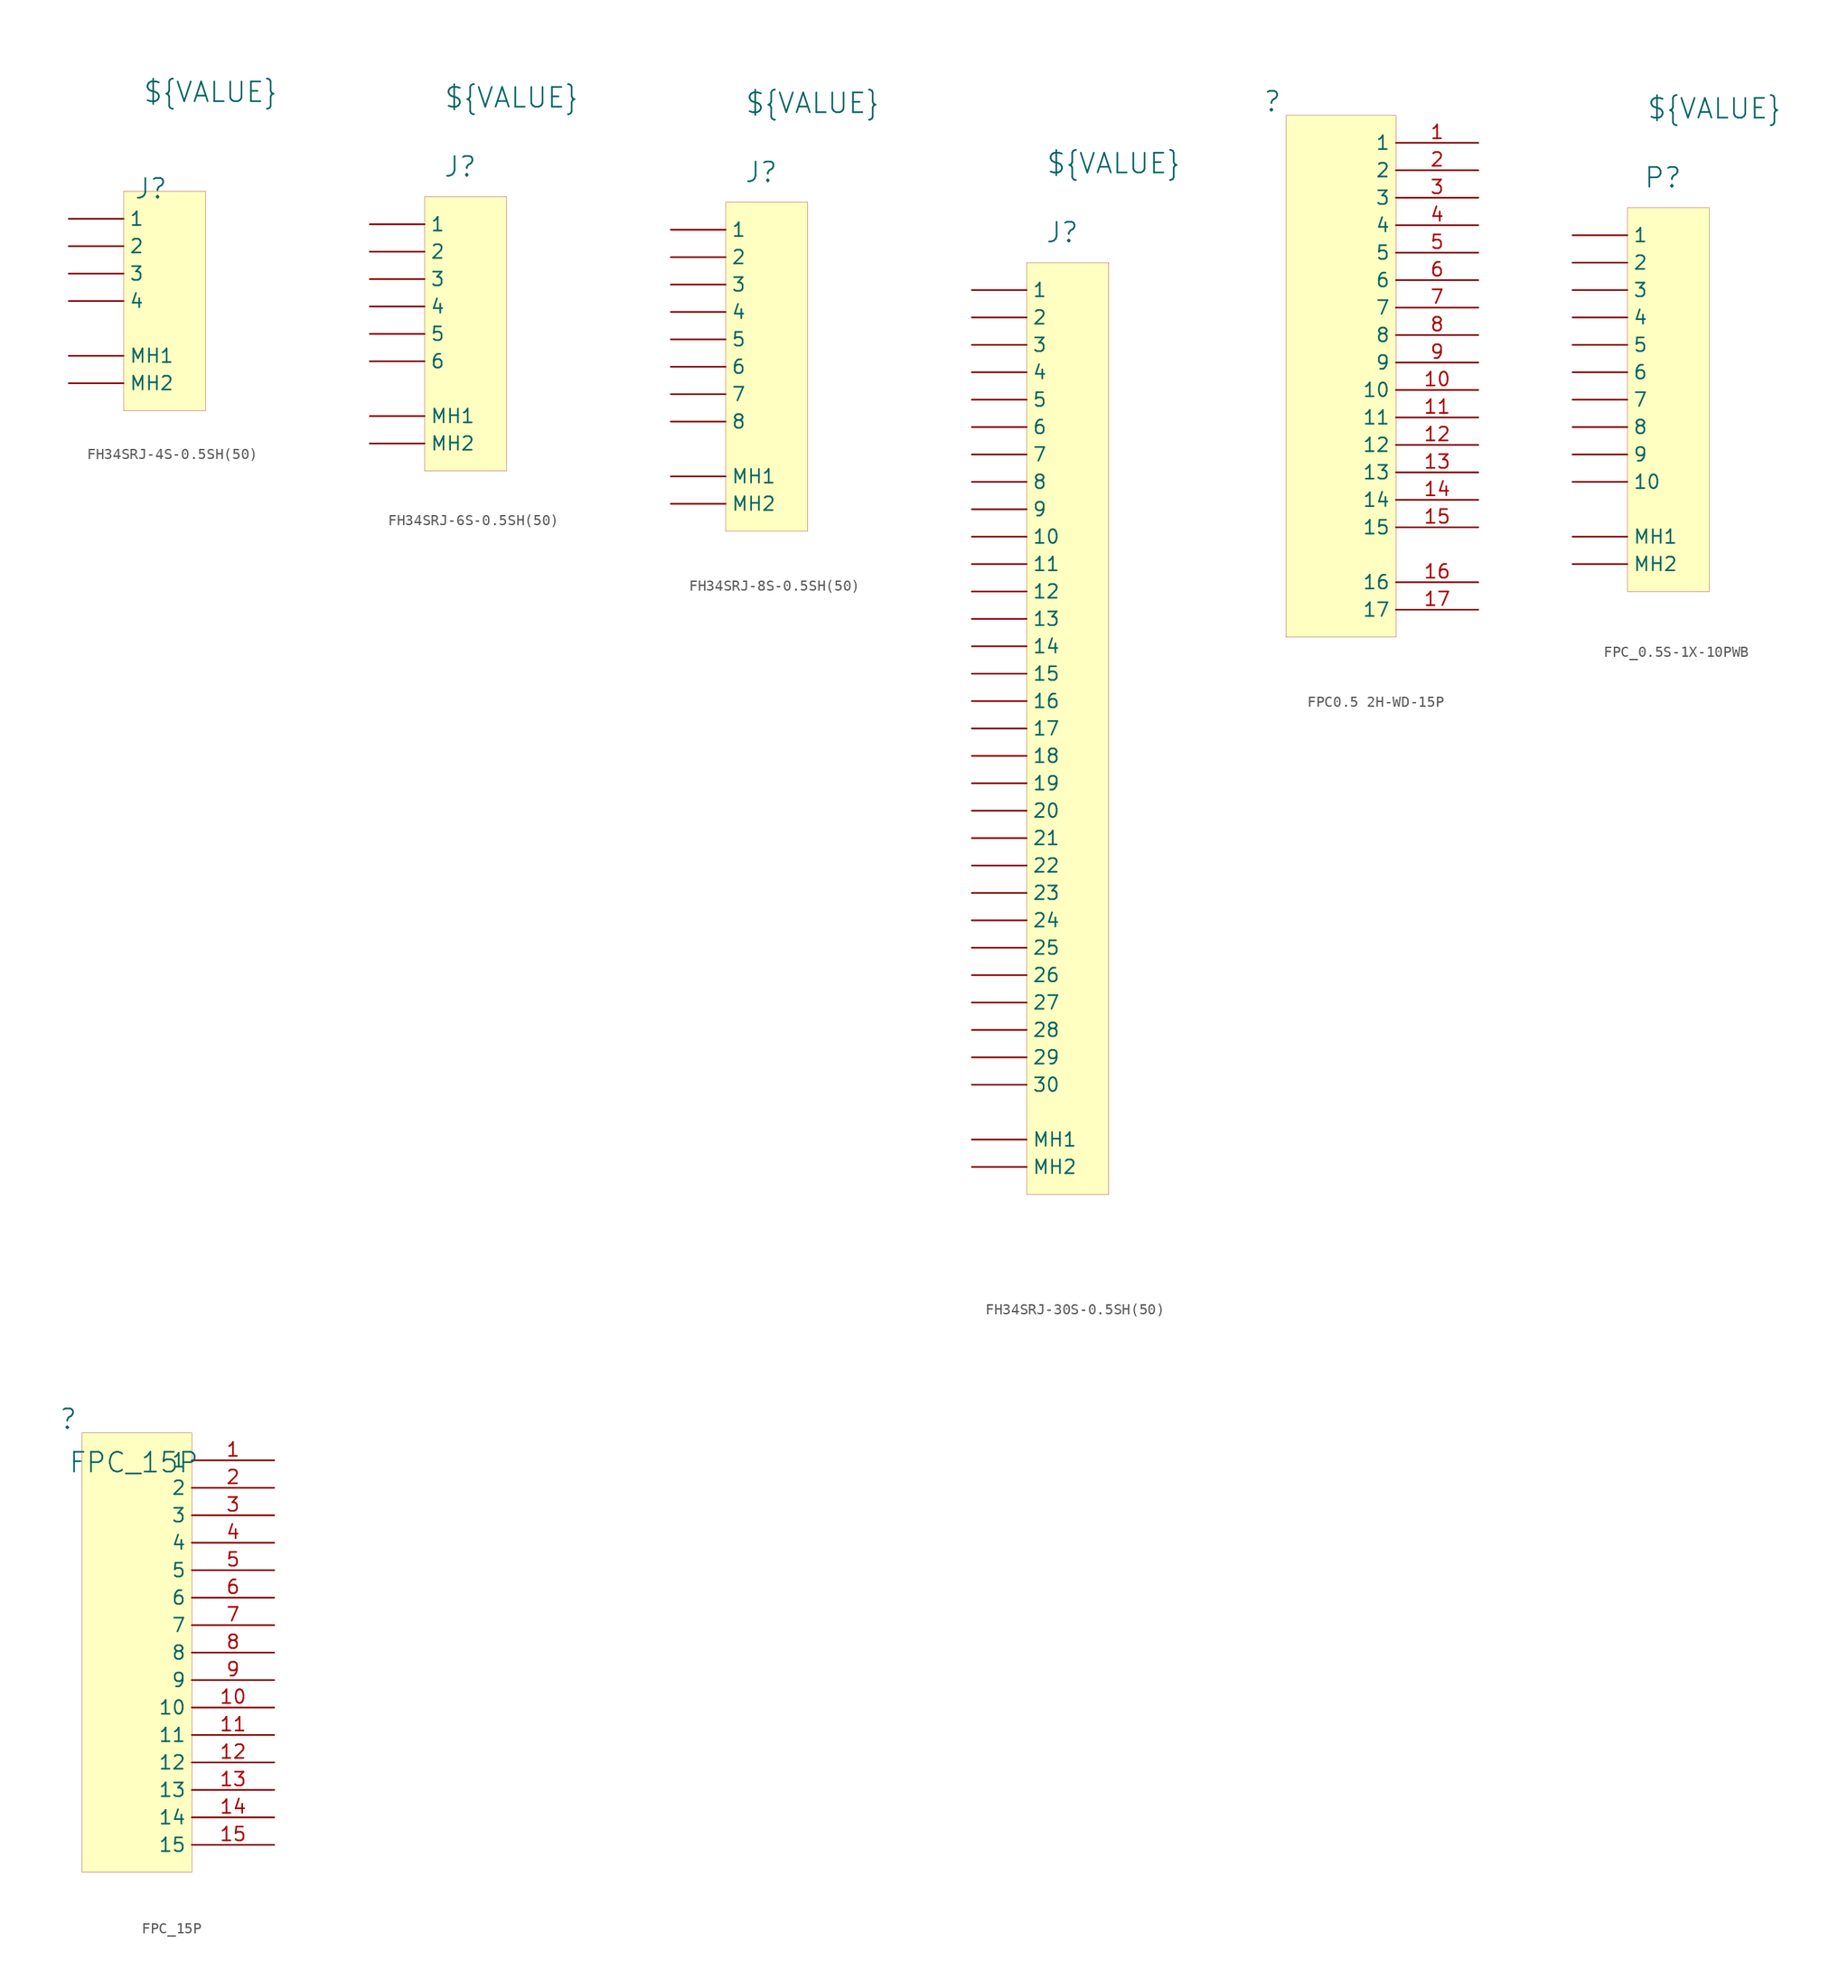
<source format=kicad_sym>
(kicad_symbol_lib
  (version 20241209)
  (generator "kicad_symbol_editor")
  (generator_version "9.0")
  (symbol "FH34SRJ-4S-0.5SH(50)"
    (pin_numbers
      (hide yes))
    (property "Reference" "J"
      (at 2.54 0.254 0)
      (effects (font (size 1.829 1.829))))
    (property "Value" "${VALUE}"
      (at 1.778 8.128 0)
      (effects (font (size 1.829 1.829)) (justify left bottom)))
    (symbol "FH34SRJ-4S-0.5SH(50)_1_0"
      (rectangle (start 7.62 0) (end 0 -20.32) (stroke (width 0.025) (type solid) (color 128 0 0 1)) (fill (type background)))
      (pin passive line (at -5.08 -2.54 0) (length 5.08) (name "1" (effects (font (size 1.27 1.27)))) (number "1" (effects (font (size 1.27 1.27)))))
      (pin passive line (at -5.08 -5.08 0) (length 5.08) (name "2" (effects (font (size 1.27 1.27)))) (number "2" (effects (font (size 1.27 1.27)))))
      (pin passive line (at -5.08 -7.62 0) (length 5.08) (name "3" (effects (font (size 1.27 1.27)))) (number "3" (effects (font (size 1.27 1.27)))))
      (pin passive line (at -5.08 -10.16 0) (length 5.08) (name "4" (effects (font (size 1.27 1.27)))) (number "4" (effects (font (size 1.27 1.27)))))
      (pin passive line (at -5.08 -15.24 0) (length 5.08) (name "MH1" (effects (font (size 1.27 1.27)))) (number "MH1" (effects (font (size 1.27 1.27)))))
      (pin passive line (at -5.08 -17.78 0) (length 5.08) (name "MH2" (effects (font (size 1.27 1.27)))) (number "MH2" (effects (font (size 1.27 1.27)))))))
  (symbol "FH34SRJ-6S-0.5SH(50)"
    (pin_numbers
      (hide yes))
    (property "Reference" "J"
      (at 3.302 2.794 0)
      (effects (font (size 1.829 1.829))))
    (property "Value" "${VALUE}"
      (at 1.778 8.128 0)
      (effects (font (size 1.829 1.829)) (justify left bottom)))
    (symbol "FH34SRJ-6S-0.5SH(50)_1_0"
      (rectangle (start 7.62 0) (end 0 -25.4) (stroke (width 0.025) (type solid) (color 128 0 0 1)) (fill (type background)))
      (pin passive line (at -5.08 -2.54 0) (length 5.08) (name "1" (effects (font (size 1.27 1.27)))) (number "1" (effects (font (size 1.27 1.27)))))
      (pin passive line (at -5.08 -5.08 0) (length 5.08) (name "2" (effects (font (size 1.27 1.27)))) (number "2" (effects (font (size 1.27 1.27)))))
      (pin passive line (at -5.08 -7.62 0) (length 5.08) (name "3" (effects (font (size 1.27 1.27)))) (number "3" (effects (font (size 1.27 1.27)))))
      (pin passive line (at -5.08 -10.16 0) (length 5.08) (name "4" (effects (font (size 1.27 1.27)))) (number "4" (effects (font (size 1.27 1.27)))))
      (pin passive line (at -5.08 -12.7 0) (length 5.08) (name "5" (effects (font (size 1.27 1.27)))) (number "5" (effects (font (size 1.27 1.27)))))
      (pin passive line (at -5.08 -15.24 0) (length 5.08) (name "6" (effects (font (size 1.27 1.27)))) (number "6" (effects (font (size 1.27 1.27)))))
      (pin passive line (at -5.08 -20.32 0) (length 5.08) (name "MH1" (effects (font (size 1.27 1.27)))) (number "MH1" (effects (font (size 1.27 1.27)))))
      (pin passive line (at -5.08 -22.86 0) (length 5.08) (name "MH2" (effects (font (size 1.27 1.27)))) (number "MH2" (effects (font (size 1.27 1.27)))))))
  (symbol "FH34SRJ-8S-0.5SH(50)"
    (pin_numbers
      (hide yes))
    (property "Reference" "J"
      (at 3.302 2.794 0)
      (effects (font (size 1.829 1.829))))
    (property "Value" "${VALUE}"
      (at 1.778 8.128 0)
      (effects (font (size 1.829 1.829)) (justify left bottom)))
    (symbol "FH34SRJ-8S-0.5SH(50)_1_0"
      (rectangle (start 7.62 0) (end 0 -30.48) (stroke (width 0.025) (type solid) (color 128 0 0 1)) (fill (type background)))
      (pin passive line (at -5.08 -2.54 0) (length 5.08) (name "1" (effects (font (size 1.27 1.27)))) (number "1" (effects (font (size 1.27 1.27)))))
      (pin passive line (at -5.08 -5.08 0) (length 5.08) (name "2" (effects (font (size 1.27 1.27)))) (number "2" (effects (font (size 1.27 1.27)))))
      (pin passive line (at -5.08 -7.62 0) (length 5.08) (name "3" (effects (font (size 1.27 1.27)))) (number "3" (effects (font (size 1.27 1.27)))))
      (pin passive line (at -5.08 -10.16 0) (length 5.08) (name "4" (effects (font (size 1.27 1.27)))) (number "4" (effects (font (size 1.27 1.27)))))
      (pin passive line (at -5.08 -12.7 0) (length 5.08) (name "5" (effects (font (size 1.27 1.27)))) (number "5" (effects (font (size 1.27 1.27)))))
      (pin passive line (at -5.08 -15.24 0) (length 5.08) (name "6" (effects (font (size 1.27 1.27)))) (number "6" (effects (font (size 1.27 1.27)))))
      (pin passive line (at -5.08 -17.78 0) (length 5.08) (name "7" (effects (font (size 1.27 1.27)))) (number "7" (effects (font (size 1.27 1.27)))))
      (pin passive line (at -5.08 -20.32 0) (length 5.08) (name "8" (effects (font (size 1.27 1.27)))) (number "8" (effects (font (size 1.27 1.27)))))
      (pin passive line (at -5.08 -25.4 0) (length 5.08) (name "MH1" (effects (font (size 1.27 1.27)))) (number "MH1" (effects (font (size 1.27 1.27)))))
      (pin passive line (at -5.08 -27.94 0) (length 5.08) (name "MH2" (effects (font (size 1.27 1.27)))) (number "MH2" (effects (font (size 1.27 1.27)))))))
  (symbol "FH34SRJ-30S-0.5SH(50)"
    (pin_numbers
      (hide yes))
    (property "Reference" "J"
      (at 3.302 2.794 0)
      (effects (font (size 1.829 1.829))))
    (property "Value" "${VALUE}"
      (at 1.778 8.128 0)
      (effects (font (size 1.829 1.829)) (justify left bottom)))
    (symbol "FH34SRJ-30S-0.5SH(50)_1_0"
      (rectangle (start 7.62 0) (end 0 -86.36) (stroke (width 0.025) (type solid) (color 128 0 0 1)) (fill (type background)))
      (pin passive line (at -5.08 -2.54 0) (length 5.08) (name "1" (effects (font (size 1.27 1.27)))) (number "1" (effects (font (size 1.27 1.27)))))
      (pin passive line (at -5.08 -5.08 0) (length 5.08) (name "2" (effects (font (size 1.27 1.27)))) (number "2" (effects (font (size 1.27 1.27)))))
      (pin passive line (at -5.08 -7.62 0) (length 5.08) (name "3" (effects (font (size 1.27 1.27)))) (number "3" (effects (font (size 1.27 1.27)))))
      (pin passive line (at -5.08 -10.16 0) (length 5.08) (name "4" (effects (font (size 1.27 1.27)))) (number "4" (effects (font (size 1.27 1.27)))))
      (pin passive line (at -5.08 -12.7 0) (length 5.08) (name "5" (effects (font (size 1.27 1.27)))) (number "5" (effects (font (size 1.27 1.27)))))
      (pin passive line (at -5.08 -15.24 0) (length 5.08) (name "6" (effects (font (size 1.27 1.27)))) (number "6" (effects (font (size 1.27 1.27)))))
      (pin passive line (at -5.08 -17.78 0) (length 5.08) (name "7" (effects (font (size 1.27 1.27)))) (number "7" (effects (font (size 1.27 1.27)))))
      (pin passive line (at -5.08 -20.32 0) (length 5.08) (name "8" (effects (font (size 1.27 1.27)))) (number "8" (effects (font (size 1.27 1.27)))))
      (pin passive line (at -5.08 -22.86 0) (length 5.08) (name "9" (effects (font (size 1.27 1.27)))) (number "9" (effects (font (size 1.27 1.27)))))
      (pin passive line (at -5.08 -25.4 0) (length 5.08) (name "10" (effects (font (size 1.27 1.27)))) (number "10" (effects (font (size 1.27 1.27)))))
      (pin passive line (at -5.08 -27.94 0) (length 5.08) (name "11" (effects (font (size 1.27 1.27)))) (number "11" (effects (font (size 1.27 1.27)))))
      (pin passive line (at -5.08 -30.48 0) (length 5.08) (name "12" (effects (font (size 1.27 1.27)))) (number "12" (effects (font (size 1.27 1.27)))))
      (pin passive line (at -5.08 -33.02 0) (length 5.08) (name "13" (effects (font (size 1.27 1.27)))) (number "13" (effects (font (size 1.27 1.27)))))
      (pin passive line (at -5.08 -35.56 0) (length 5.08) (name "14" (effects (font (size 1.27 1.27)))) (number "14" (effects (font (size 1.27 1.27)))))
      (pin passive line (at -5.08 -38.1 0) (length 5.08) (name "15" (effects (font (size 1.27 1.27)))) (number "15" (effects (font (size 1.27 1.27)))))
      (pin passive line (at -5.08 -40.64 0) (length 5.08) (name "16" (effects (font (size 1.27 1.27)))) (number "16" (effects (font (size 1.27 1.27)))))
      (pin passive line (at -5.08 -43.18 0) (length 5.08) (name "17" (effects (font (size 1.27 1.27)))) (number "17" (effects (font (size 1.27 1.27)))))
      (pin passive line (at -5.08 -45.72 0) (length 5.08) (name "18" (effects (font (size 1.27 1.27)))) (number "18" (effects (font (size 1.27 1.27)))))
      (pin passive line (at -5.08 -48.26 0) (length 5.08) (name "19" (effects (font (size 1.27 1.27)))) (number "19" (effects (font (size 1.27 1.27)))))
      (pin passive line (at -5.08 -50.8 0) (length 5.08) (name "20" (effects (font (size 1.27 1.27)))) (number "20" (effects (font (size 1.27 1.27)))))
      (pin passive line (at -5.08 -53.34 0) (length 5.08) (name "21" (effects (font (size 1.27 1.27)))) (number "21" (effects (font (size 1.27 1.27)))))
      (pin passive line (at -5.08 -55.88 0) (length 5.08) (name "22" (effects (font (size 1.27 1.27)))) (number "22" (effects (font (size 1.27 1.27)))))
      (pin passive line (at -5.08 -58.42 0) (length 5.08) (name "23" (effects (font (size 1.27 1.27)))) (number "23" (effects (font (size 1.27 1.27)))))
      (pin passive line (at -5.08 -60.96 0) (length 5.08) (name "24" (effects (font (size 1.27 1.27)))) (number "24" (effects (font (size 1.27 1.27)))))
      (pin passive line (at -5.08 -63.5 0) (length 5.08) (name "25" (effects (font (size 1.27 1.27)))) (number "25" (effects (font (size 1.27 1.27)))))
      (pin passive line (at -5.08 -66.04 0) (length 5.08) (name "26" (effects (font (size 1.27 1.27)))) (number "26" (effects (font (size 1.27 1.27)))))
      (pin passive line (at -5.08 -68.58 0) (length 5.08) (name "27" (effects (font (size 1.27 1.27)))) (number "27" (effects (font (size 1.27 1.27)))))
      (pin passive line (at -5.08 -71.12 0) (length 5.08) (name "28" (effects (font (size 1.27 1.27)))) (number "28" (effects (font (size 1.27 1.27)))))
      (pin passive line (at -5.08 -73.66 0) (length 5.08) (name "29" (effects (font (size 1.27 1.27)))) (number "29" (effects (font (size 1.27 1.27)))))
      (pin passive line (at -5.08 -76.2 0) (length 5.08) (name "30" (effects (font (size 1.27 1.27)))) (number "30" (effects (font (size 1.27 1.27)))))
      (pin passive line (at -5.08 -81.28 0) (length 5.08) (name "MH1" (effects (font (size 1.27 1.27)))) (number "MH1" (effects (font (size 1.27 1.27)))))
      (pin passive line (at -5.08 -83.82 0) (length 5.08) (name "MH2" (effects (font (size 1.27 1.27)))) (number "MH2" (effects (font (size 1.27 1.27)))))))
  (symbol "FPC0.5 2H-WD-15P"
    (property "Reference" ""
      (at -1.27 1.27 0)
      (effects (font (size 1.829 1.829))))
    (property "Value" "${VALUE}"
      (at -1.27 -3.81 0)
      (effects (font (size 1.829 1.829)) (justify left bottom) (hide yes)))
    (symbol "FPC0.5 2H-WD-15P_1_0"
      (rectangle (start 10.16 0) (end 0 -48.26) (stroke (width 0.025) (type solid) (color 128 0 0 1)) (fill (type background)))
      (pin passive line (at 17.78 -2.54 180) (length 7.62) (name "1" (effects (font (size 1.27 1.27)))) (number "1" (effects (font (size 1.27 1.27)))))
      (pin passive line (at 17.78 -5.08 180) (length 7.62) (name "2" (effects (font (size 1.27 1.27)))) (number "2" (effects (font (size 1.27 1.27)))))
      (pin passive line (at 17.78 -7.62 180) (length 7.62) (name "3" (effects (font (size 1.27 1.27)))) (number "3" (effects (font (size 1.27 1.27)))))
      (pin passive line (at 17.78 -10.16 180) (length 7.62) (name "4" (effects (font (size 1.27 1.27)))) (number "4" (effects (font (size 1.27 1.27)))))
      (pin passive line (at 17.78 -12.7 180) (length 7.62) (name "5" (effects (font (size 1.27 1.27)))) (number "5" (effects (font (size 1.27 1.27)))))
      (pin passive line (at 17.78 -15.24 180) (length 7.62) (name "6" (effects (font (size 1.27 1.27)))) (number "6" (effects (font (size 1.27 1.27)))))
      (pin passive line (at 17.78 -17.78 180) (length 7.62) (name "7" (effects (font (size 1.27 1.27)))) (number "7" (effects (font (size 1.27 1.27)))))
      (pin passive line (at 17.78 -20.32 180) (length 7.62) (name "8" (effects (font (size 1.27 1.27)))) (number "8" (effects (font (size 1.27 1.27)))))
      (pin passive line (at 17.78 -22.86 180) (length 7.62) (name "9" (effects (font (size 1.27 1.27)))) (number "9" (effects (font (size 1.27 1.27)))))
      (pin passive line (at 17.78 -25.4 180) (length 7.62) (name "10" (effects (font (size 1.27 1.27)))) (number "10" (effects (font (size 1.27 1.27)))))
      (pin passive line (at 17.78 -27.94 180) (length 7.62) (name "11" (effects (font (size 1.27 1.27)))) (number "11" (effects (font (size 1.27 1.27)))))
      (pin passive line (at 17.78 -30.48 180) (length 7.62) (name "12" (effects (font (size 1.27 1.27)))) (number "12" (effects (font (size 1.27 1.27)))))
      (pin passive line (at 17.78 -33.02 180) (length 7.62) (name "13" (effects (font (size 1.27 1.27)))) (number "13" (effects (font (size 1.27 1.27)))))
      (pin passive line (at 17.78 -35.56 180) (length 7.62) (name "14" (effects (font (size 1.27 1.27)))) (number "14" (effects (font (size 1.27 1.27)))))
      (pin passive line (at 17.78 -38.1 180) (length 7.62) (name "15" (effects (font (size 1.27 1.27)))) (number "15" (effects (font (size 1.27 1.27)))))
      (pin passive line (at 17.78 -43.18 180) (length 7.62) (name "16" (effects (font (size 1.27 1.27)))) (number "16" (effects (font (size 1.27 1.27)))))
      (pin passive line (at 17.78 -45.72 180) (length 7.62) (name "17" (effects (font (size 1.27 1.27)))) (number "17" (effects (font (size 1.27 1.27)))))))
  (symbol "FPC_0.5S-1X-10PWB"
    (pin_numbers
      (hide yes))
    (property "Reference" "P"
      (at 3.302 2.794 0)
      (effects (font (size 1.829 1.829))))
    (property "Value" "${VALUE}"
      (at 1.778 8.128 0)
      (effects (font (size 1.829 1.829)) (justify left bottom)))
    (symbol "FPC_0.5S-1X-10PWB_1_0"
      (rectangle (start 7.62 0) (end 0 -35.56) (stroke (width 0.025) (type solid) (color 128 0 0 1)) (fill (type background)))
      (pin passive line (at -5.08 -2.54 0) (length 5.08) (name "1" (effects (font (size 1.27 1.27)))) (number "1" (effects (font (size 1.27 1.27)))))
      (pin passive line (at -5.08 -5.08 0) (length 5.08) (name "2" (effects (font (size 1.27 1.27)))) (number "2" (effects (font (size 1.27 1.27)))))
      (pin passive line (at -5.08 -7.62 0) (length 5.08) (name "3" (effects (font (size 1.27 1.27)))) (number "3" (effects (font (size 1.27 1.27)))))
      (pin passive line (at -5.08 -10.16 0) (length 5.08) (name "4" (effects (font (size 1.27 1.27)))) (number "4" (effects (font (size 1.27 1.27)))))
      (pin passive line (at -5.08 -12.7 0) (length 5.08) (name "5" (effects (font (size 1.27 1.27)))) (number "5" (effects (font (size 1.27 1.27)))))
      (pin passive line (at -5.08 -15.24 0) (length 5.08) (name "6" (effects (font (size 1.27 1.27)))) (number "6" (effects (font (size 1.27 1.27)))))
      (pin passive line (at -5.08 -17.78 0) (length 5.08) (name "7" (effects (font (size 1.27 1.27)))) (number "7" (effects (font (size 1.27 1.27)))))
      (pin passive line (at -5.08 -20.32 0) (length 5.08) (name "8" (effects (font (size 1.27 1.27)))) (number "8" (effects (font (size 1.27 1.27)))))
      (pin passive line (at -5.08 -22.86 0) (length 5.08) (name "9" (effects (font (size 1.27 1.27)))) (number "9" (effects (font (size 1.27 1.27)))))
      (pin passive line (at -5.08 -25.4 0) (length 5.08) (name "10" (effects (font (size 1.27 1.27)))) (number "10" (effects (font (size 1.27 1.27)))))
      (pin passive line (at -5.08 -30.48 0) (length 5.08) (name "MH1" (effects (font (size 1.27 1.27)))) (number "MH1" (effects (font (size 1.27 1.27)))))
      (pin passive line (at -5.08 -33.02 0) (length 5.08) (name "MH2" (effects (font (size 1.27 1.27)))) (number "MH2" (effects (font (size 1.27 1.27)))))))
  (symbol "FPC_15P"
    (property "Reference" ""
      (at -1.27 1.27 0)
      (effects (font (size 1.829 1.829))))
    (property "Value" "FPC_15P"
      (at -1.27 -3.81 0)
      (effects (font (size 1.829 1.829)) (justify left bottom)))
    (symbol "FPC_15P_1_0"
      (rectangle (start 10.16 0) (end 0 -40.64) (stroke (width 0.025) (type solid) (color 128 0 0 1)) (fill (type background)))
      (pin passive line (at 17.78 -2.54 180) (length 7.62) (name "1" (effects (font (size 1.27 1.27)))) (number "1" (effects (font (size 1.27 1.27)))))
      (pin passive line (at 17.78 -5.08 180) (length 7.62) (name "2" (effects (font (size 1.27 1.27)))) (number "2" (effects (font (size 1.27 1.27)))))
      (pin passive line (at 17.78 -7.62 180) (length 7.62) (name "3" (effects (font (size 1.27 1.27)))) (number "3" (effects (font (size 1.27 1.27)))))
      (pin passive line (at 17.78 -10.16 180) (length 7.62) (name "4" (effects (font (size 1.27 1.27)))) (number "4" (effects (font (size 1.27 1.27)))))
      (pin passive line (at 17.78 -12.7 180) (length 7.62) (name "5" (effects (font (size 1.27 1.27)))) (number "5" (effects (font (size 1.27 1.27)))))
      (pin passive line (at 17.78 -15.24 180) (length 7.62) (name "6" (effects (font (size 1.27 1.27)))) (number "6" (effects (font (size 1.27 1.27)))))
      (pin passive line (at 17.78 -17.78 180) (length 7.62) (name "7" (effects (font (size 1.27 1.27)))) (number "7" (effects (font (size 1.27 1.27)))))
      (pin passive line (at 17.78 -20.32 180) (length 7.62) (name "8" (effects (font (size 1.27 1.27)))) (number "8" (effects (font (size 1.27 1.27)))))
      (pin passive line (at 17.78 -22.86 180) (length 7.62) (name "9" (effects (font (size 1.27 1.27)))) (number "9" (effects (font (size 1.27 1.27)))))
      (pin passive line (at 17.78 -25.4 180) (length 7.62) (name "10" (effects (font (size 1.27 1.27)))) (number "10" (effects (font (size 1.27 1.27)))))
      (pin passive line (at 17.78 -27.94 180) (length 7.62) (name "11" (effects (font (size 1.27 1.27)))) (number "11" (effects (font (size 1.27 1.27)))))
      (pin passive line (at 17.78 -30.48 180) (length 7.62) (name "12" (effects (font (size 1.27 1.27)))) (number "12" (effects (font (size 1.27 1.27)))))
      (pin passive line (at 17.78 -33.02 180) (length 7.62) (name "13" (effects (font (size 1.27 1.27)))) (number "13" (effects (font (size 1.27 1.27)))))
      (pin passive line (at 17.78 -35.56 180) (length 7.62) (name "14" (effects (font (size 1.27 1.27)))) (number "14" (effects (font (size 1.27 1.27)))))
      (pin passive line (at 17.78 -38.1 180) (length 7.62) (name "15" (effects (font (size 1.27 1.27)))) (number "15" (effects (font (size 1.27 1.27))))))))
</source>
